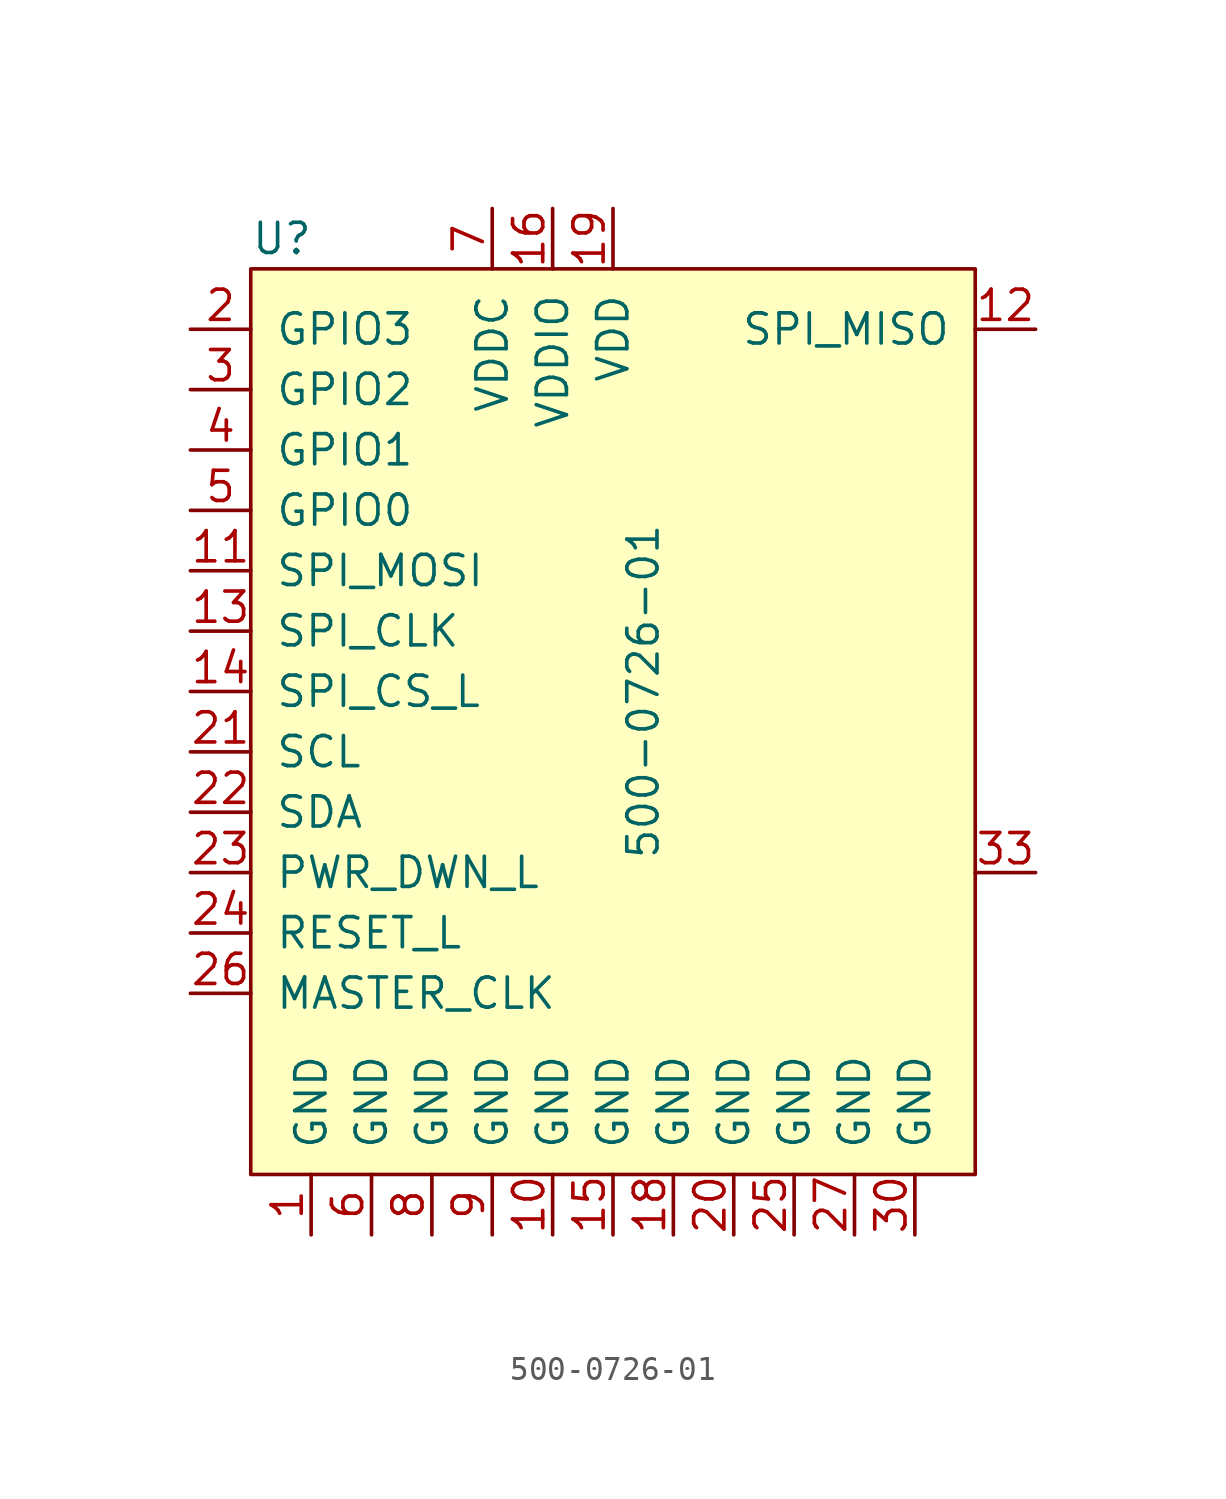
<source format=kicad_sym>
(kicad_symbol_lib
  (version 20201005)
  (generator kicad_symbol_editor)
  (symbol "500-0726-01"
    (pin_names
      (offset 1.016))
    (property "Reference" "U"
      (at -15.24 21.59 0)
      (effects (font (size 1.27 1.27)) (justify left)))
    (property "Value" "500-0726-01"
      (at 1.27 2.54 90)
      (effects (font (size 1.27 1.27))))
    (symbol "500-0726-01_1_1"
      (rectangle (start -15.24 20.32) (end 15.24 -17.78) (stroke (width 0)) (fill (type background)))
      (pin power_in line (at -12.7 -20.32 90) (length 2.54) (name "GND" (effects (font (size 1.27 1.27)))) (number "1" (effects (font (size 1.27 1.27)))))
      (pin power_in line (at -2.54 -20.32 90) (length 2.54) (name "GND" (effects (font (size 1.27 1.27)))) (number "10" (effects (font (size 1.27 1.27)))))
      (pin input line (at -17.78 7.62 0) (length 2.54) (name "SPI_MOSI" (effects (font (size 1.27 1.27)))) (number "11" (effects (font (size 1.27 1.27)))))
      (pin output line (at 17.78 17.78 180) (length 2.54) (name "SPI_MISO" (effects (font (size 1.27 1.27)))) (number "12" (effects (font (size 1.27 1.27)))))
      (pin input line (at -17.78 5.08 0) (length 2.54) (name "SPI_CLK" (effects (font (size 1.27 1.27)))) (number "13" (effects (font (size 1.27 1.27)))))
      (pin input line (at -17.78 2.54 0) (length 2.54) (name "SPI_CS_L" (effects (font (size 1.27 1.27)))) (number "14" (effects (font (size 1.27 1.27)))))
      (pin power_in line (at 0 -20.32 90) (length 2.54) (name "GND" (effects (font (size 1.27 1.27)))) (number "15" (effects (font (size 1.27 1.27)))))
      (pin power_in line (at -2.54 22.86 270) (length 2.54) (name "VDDIO" (effects (font (size 1.27 1.27)))) (number "16" (effects (font (size 1.27 1.27)))))
      (pin no_connect line (at 15.24 0 180) (length 2.54) hide (name "NC" (effects (font (size 1.27 1.27)))) (number "17" (effects (font (size 1.27 1.27)))))
      (pin power_in line (at 2.54 -20.32 90) (length 2.54) (name "GND" (effects (font (size 1.27 1.27)))) (number "18" (effects (font (size 1.27 1.27)))))
      (pin power_in line (at 0 22.86 270) (length 2.54) (name "VDD" (effects (font (size 1.27 1.27)))) (number "19" (effects (font (size 1.27 1.27)))))
      (pin bidirectional line (at -17.78 17.78 0) (length 2.54) (name "GPIO3" (effects (font (size 1.27 1.27)))) (number "2" (effects (font (size 1.27 1.27)))))
      (pin power_in line (at 5.08 -20.32 90) (length 2.54) (name "GND" (effects (font (size 1.27 1.27)))) (number "20" (effects (font (size 1.27 1.27)))))
      (pin input line (at -17.78 0 0) (length 2.54) (name "SCL" (effects (font (size 1.27 1.27)))) (number "21" (effects (font (size 1.27 1.27)))))
      (pin bidirectional line (at -17.78 -2.54 0) (length 2.54) (name "SDA" (effects (font (size 1.27 1.27)))) (number "22" (effects (font (size 1.27 1.27)))))
      (pin input line (at -17.78 -5.08 0) (length 2.54) (name "PWR_DWN_L" (effects (font (size 1.27 1.27)))) (number "23" (effects (font (size 1.27 1.27)))))
      (pin input line (at -17.78 -7.62 0) (length 2.54) (name "RESET_L" (effects (font (size 1.27 1.27)))) (number "24" (effects (font (size 1.27 1.27)))))
      (pin power_in line (at 7.62 -20.32 90) (length 2.54) (name "GND" (effects (font (size 1.27 1.27)))) (number "25" (effects (font (size 1.27 1.27)))))
      (pin input line (at -17.78 -10.16 0) (length 2.54) (name "MASTER_CLK" (effects (font (size 1.27 1.27)))) (number "26" (effects (font (size 1.27 1.27)))))
      (pin power_in line (at 10.16 -20.32 90) (length 2.54) (name "GND" (effects (font (size 1.27 1.27)))) (number "27" (effects (font (size 1.27 1.27)))))
      (pin no_connect line (at 15.24 12.7 180) (length 2.54) hide (name "RES" (effects (font (size 1.27 1.27)))) (number "28" (effects (font (size 1.27 1.27)))))
      (pin no_connect line (at 15.24 10.16 180) (length 2.54) hide (name "RES" (effects (font (size 1.27 1.27)))) (number "29" (effects (font (size 1.27 1.27)))))
      (pin bidirectional line (at -17.78 15.24 0) (length 2.54) (name "GPIO2" (effects (font (size 1.27 1.27)))) (number "3" (effects (font (size 1.27 1.27)))))
      (pin power_in line (at 12.7 -20.32 90) (length 2.54) (name "GND" (effects (font (size 1.27 1.27)))) (number "30" (effects (font (size 1.27 1.27)))))
      (pin no_connect line (at 15.24 7.62 180) (length 2.54) hide (name "RES" (effects (font (size 1.27 1.27)))) (number "31" (effects (font (size 1.27 1.27)))))
      (pin no_connect line (at 15.24 5.08 180) (length 2.54) hide (name "RES" (effects (font (size 1.27 1.27)))) (number "32" (effects (font (size 1.27 1.27)))))
      (pin unspecified line (at 17.78 -5.08 180) (length 2.54) (name "~" (effects (font (size 1.27 1.27)))) (number "33" (effects (font (size 1.27 1.27)))))
      (pin bidirectional line (at -17.78 12.7 0) (length 2.54) (name "GPIO1" (effects (font (size 1.27 1.27)))) (number "4" (effects (font (size 1.27 1.27)))))
      (pin bidirectional line (at -17.78 10.16 0) (length 2.54) (name "GPIO0" (effects (font (size 1.27 1.27)))) (number "5" (effects (font (size 1.27 1.27)))))
      (pin power_in line (at -10.16 -20.32 90) (length 2.54) (name "GND" (effects (font (size 1.27 1.27)))) (number "6" (effects (font (size 1.27 1.27)))))
      (pin power_in line (at -5.08 22.86 270) (length 2.54) (name "VDDC" (effects (font (size 1.27 1.27)))) (number "7" (effects (font (size 1.27 1.27)))))
      (pin power_in line (at -7.62 -20.32 90) (length 2.54) (name "GND" (effects (font (size 1.27 1.27)))) (number "8" (effects (font (size 1.27 1.27)))))
      (pin power_in line (at -5.08 -20.32 90) (length 2.54) (name "GND" (effects (font (size 1.27 1.27)))) (number "9" (effects (font (size 1.27 1.27))))))))
</source>
